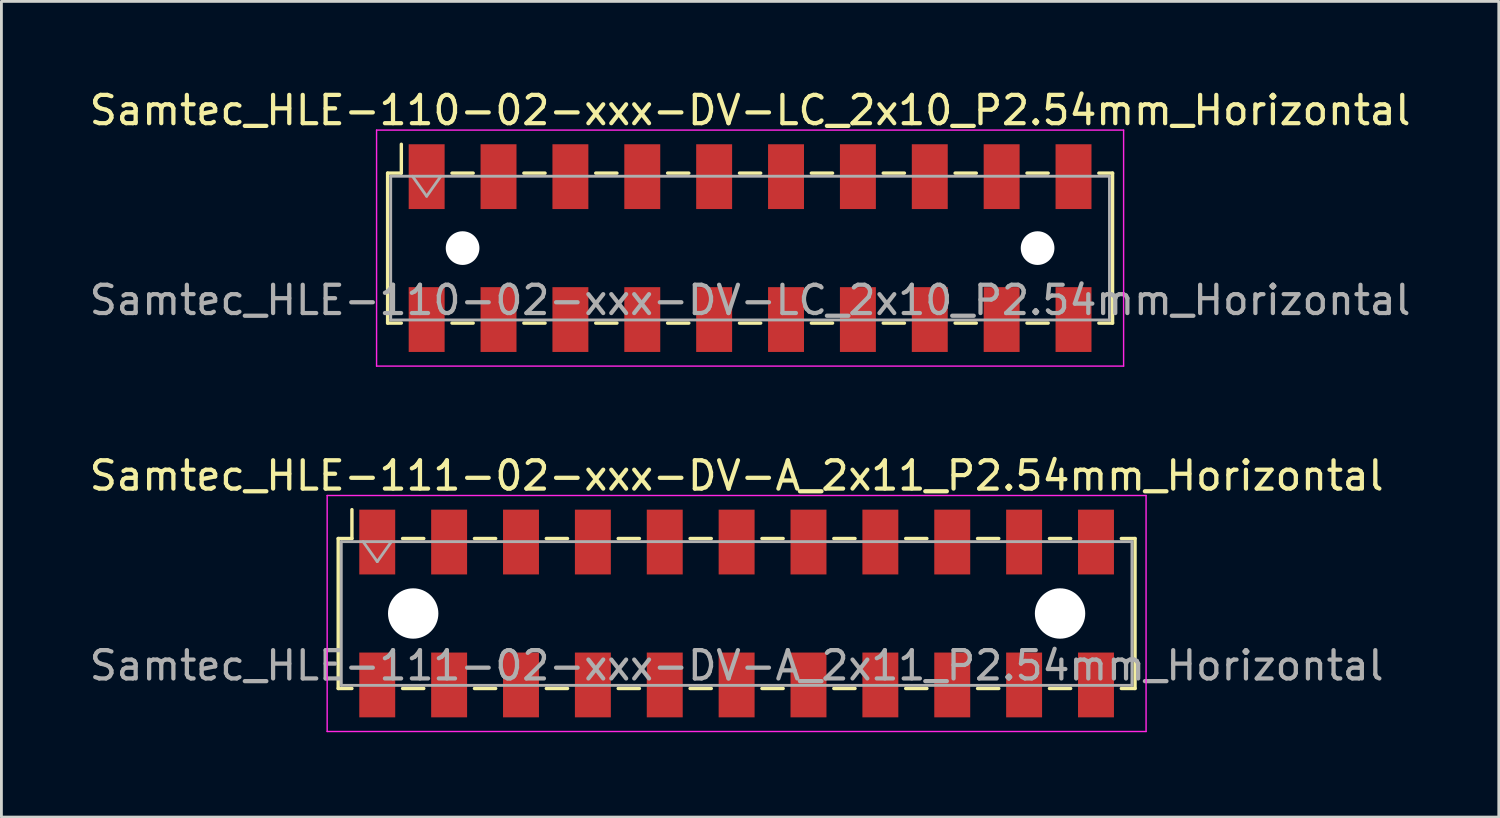
<source format=kicad_pcb>
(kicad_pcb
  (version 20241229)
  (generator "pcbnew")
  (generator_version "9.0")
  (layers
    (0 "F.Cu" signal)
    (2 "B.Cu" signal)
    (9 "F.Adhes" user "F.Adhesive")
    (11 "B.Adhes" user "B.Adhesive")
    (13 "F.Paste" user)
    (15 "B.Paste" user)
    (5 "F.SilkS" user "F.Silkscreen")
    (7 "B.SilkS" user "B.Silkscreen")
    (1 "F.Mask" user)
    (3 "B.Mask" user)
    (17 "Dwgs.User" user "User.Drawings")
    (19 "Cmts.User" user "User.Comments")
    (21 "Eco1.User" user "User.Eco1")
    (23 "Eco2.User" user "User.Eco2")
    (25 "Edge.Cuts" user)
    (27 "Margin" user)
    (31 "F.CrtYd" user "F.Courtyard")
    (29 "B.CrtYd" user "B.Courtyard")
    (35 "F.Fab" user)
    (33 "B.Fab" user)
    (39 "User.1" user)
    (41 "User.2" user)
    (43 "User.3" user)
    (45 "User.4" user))
  (footprint "Samtec_HLE-111-02-xxx-DV-A_2x11_P2.54mm_Horizontal"
    (layer "F.Cu")
    (at 22.982 18.631)
    (property "Reference" "Samtec_HLE-111-02-xxx-DV-A_2x11_P2.54mm_Horizontal" (at 0 -4.87 0) (layer "F.SilkS") (effects (font (size 1 1) (thickness 0.15))))
    (attr smd)
    (fp_line (start -14.08 -2.65) (end -14.08 2.65) (stroke (width 0.12) (type solid)) (layer "F.SilkS"))
    (fp_line (start -14.08 2.65) (end -13.595 2.65) (stroke (width 0.12) (type solid)) (layer "F.SilkS"))
    (fp_line (start -13.595 -3.67) (end -13.595 -2.65) (stroke (width 0.12) (type solid)) (layer "F.SilkS"))
    (fp_line (start -13.595 -2.65) (end -14.08 -2.65) (stroke (width 0.12) (type solid)) (layer "F.SilkS"))
    (fp_line (start -11.805 -2.65) (end -11.055 -2.65) (stroke (width 0.12) (type solid)) (layer "F.SilkS"))
    (fp_line (start -11.805 2.65) (end -11.055 2.65) (stroke (width 0.12) (type solid)) (layer "F.SilkS"))
    (fp_line (start -9.265 -2.65) (end -8.515 -2.65) (stroke (width 0.12) (type solid)) (layer "F.SilkS"))
    (fp_line (start -9.265 2.65) (end -8.515 2.65) (stroke (width 0.12) (type solid)) (layer "F.SilkS"))
    (fp_line (start -6.725 -2.65) (end -5.975 -2.65) (stroke (width 0.12) (type solid)) (layer "F.SilkS"))
    (fp_line (start -6.725 2.65) (end -5.975 2.65) (stroke (width 0.12) (type solid)) (layer "F.SilkS"))
    (fp_line (start -4.185 -2.65) (end -3.435 -2.65) (stroke (width 0.12) (type solid)) (layer "F.SilkS"))
    (fp_line (start -4.185 2.65) (end -3.435 2.65) (stroke (width 0.12) (type solid)) (layer "F.SilkS"))
    (fp_line (start -1.645 -2.65) (end -0.895 -2.65) (stroke (width 0.12) (type solid)) (layer "F.SilkS"))
    (fp_line (start -1.645 2.65) (end -0.895 2.65) (stroke (width 0.12) (type solid)) (layer "F.SilkS"))
    (fp_line (start 0.895 -2.65) (end 1.645 -2.65) (stroke (width 0.12) (type solid)) (layer "F.SilkS"))
    (fp_line (start 0.895 2.65) (end 1.645 2.65) (stroke (width 0.12) (type solid)) (layer "F.SilkS"))
    (fp_line (start 3.435 -2.65) (end 4.185 -2.65) (stroke (width 0.12) (type solid)) (layer "F.SilkS"))
    (fp_line (start 3.435 2.65) (end 4.185 2.65) (stroke (width 0.12) (type solid)) (layer "F.SilkS"))
    (fp_line (start 5.975 -2.65) (end 6.725 -2.65) (stroke (width 0.12) (type solid)) (layer "F.SilkS"))
    (fp_line (start 5.975 2.65) (end 6.725 2.65) (stroke (width 0.12) (type solid)) (layer "F.SilkS"))
    (fp_line (start 8.515 -2.65) (end 9.265 -2.65) (stroke (width 0.12) (type solid)) (layer "F.SilkS"))
    (fp_line (start 8.515 2.65) (end 9.265 2.65) (stroke (width 0.12) (type solid)) (layer "F.SilkS"))
    (fp_line (start 11.055 -2.65) (end 11.805 -2.65) (stroke (width 0.12) (type solid)) (layer "F.SilkS"))
    (fp_line (start 11.055 2.65) (end 11.805 2.65) (stroke (width 0.12) (type solid)) (layer "F.SilkS"))
    (fp_line (start 13.595 -2.65) (end 14.08 -2.65) (stroke (width 0.12) (type solid)) (layer "F.SilkS"))
    (fp_line (start 14.08 -2.65) (end 14.08 2.65) (stroke (width 0.12) (type solid)) (layer "F.SilkS"))
    (fp_line (start 14.08 2.65) (end 13.595 2.65) (stroke (width 0.12) (type solid)) (layer "F.SilkS"))
    (fp_line (start -14.47 -4.17) (end 14.47 -4.17) (stroke (width 0.05) (type solid)) (layer "F.CrtYd"))
    (fp_line (start -14.47 4.17) (end -14.47 -4.17) (stroke (width 0.05) (type solid)) (layer "F.CrtYd"))
    (fp_line (start 14.47 -4.17) (end 14.47 4.17) (stroke (width 0.05) (type solid)) (layer "F.CrtYd"))
    (fp_line (start 14.47 4.17) (end -14.47 4.17) (stroke (width 0.05) (type solid)) (layer "F.CrtYd"))
    (fp_line (start -13.97 -2.54) (end 13.97 -2.54) (stroke (width 0.1) (type solid)) (layer "F.Fab"))
    (fp_line (start -13.97 2.54) (end -13.97 -2.54) (stroke (width 0.1) (type solid)) (layer "F.Fab"))
    (fp_line (start -13.2 -2.54) (end -12.7 -1.833) (stroke (width 0.1) (type solid)) (layer "F.Fab"))
    (fp_line (start -12.7 -1.833) (end -12.2 -2.54) (stroke (width 0.1) (type solid)) (layer "F.Fab"))
    (fp_line (start 13.97 -2.54) (end 13.97 2.54) (stroke (width 0.1) (type solid)) (layer "F.Fab"))
    (fp_line (start 13.97 2.54) (end -13.97 2.54) (stroke (width 0.1) (type solid)) (layer "F.Fab"))
    (fp_text user "${REFERENCE}" (at 0 1.84 0) (layer "F.Fab") (effects (font (size 1 1) (thickness 0.15))))
    (pad "" np_thru_hole circle (at -11.43 0) (size 1.78 1.78) (drill 1.78) (layers "*.Cu" "*.Mask"))
    (pad "" np_thru_hole circle (at 11.43 0) (size 1.78 1.78) (drill 1.78) (layers "*.Cu" "*.Mask"))
    (pad "1" smd rect (at -12.7 -2.525) (size 1.27 2.29) (layers "F.Cu" "F.Mask" "F.Paste"))
    (pad "2" smd rect (at -12.7 2.525) (size 1.27 2.29) (layers "F.Cu" "F.Mask" "F.Paste"))
    (pad "3" smd rect (at -10.16 -2.525) (size 1.27 2.29) (layers "F.Cu" "F.Mask" "F.Paste"))
    (pad "4" smd rect (at -10.16 2.525) (size 1.27 2.29) (layers "F.Cu" "F.Mask" "F.Paste"))
    (pad "5" smd rect (at -7.62 -2.525) (size 1.27 2.29) (layers "F.Cu" "F.Mask" "F.Paste"))
    (pad "6" smd rect (at -7.62 2.525) (size 1.27 2.29) (layers "F.Cu" "F.Mask" "F.Paste"))
    (pad "7" smd rect (at -5.08 -2.525) (size 1.27 2.29) (layers "F.Cu" "F.Mask" "F.Paste"))
    (pad "8" smd rect (at -5.08 2.525) (size 1.27 2.29) (layers "F.Cu" "F.Mask" "F.Paste"))
    (pad "9" smd rect (at -2.54 -2.525) (size 1.27 2.29) (layers "F.Cu" "F.Mask" "F.Paste"))
    (pad "10" smd rect (at -2.54 2.525) (size 1.27 2.29) (layers "F.Cu" "F.Mask" "F.Paste"))
    (pad "11" smd rect (at 0 -2.525) (size 1.27 2.29) (layers "F.Cu" "F.Mask" "F.Paste"))
    (pad "12" smd rect (at 0 2.525) (size 1.27 2.29) (layers "F.Cu" "F.Mask" "F.Paste"))
    (pad "13" smd rect (at 2.54 -2.525) (size 1.27 2.29) (layers "F.Cu" "F.Mask" "F.Paste"))
    (pad "14" smd rect (at 2.54 2.525) (size 1.27 2.29) (layers "F.Cu" "F.Mask" "F.Paste"))
    (pad "15" smd rect (at 5.08 -2.525) (size 1.27 2.29) (layers "F.Cu" "F.Mask" "F.Paste"))
    (pad "16" smd rect (at 5.08 2.525) (size 1.27 2.29) (layers "F.Cu" "F.Mask" "F.Paste"))
    (pad "17" smd rect (at 7.62 -2.525) (size 1.27 2.29) (layers "F.Cu" "F.Mask" "F.Paste"))
    (pad "18" smd rect (at 7.62 2.525) (size 1.27 2.29) (layers "F.Cu" "F.Mask" "F.Paste"))
    (pad "19" smd rect (at 10.16 -2.525) (size 1.27 2.29) (layers "F.Cu" "F.Mask" "F.Paste"))
    (pad "20" smd rect (at 10.16 2.525) (size 1.27 2.29) (layers "F.Cu" "F.Mask" "F.Paste"))
    (pad "21" smd rect (at 12.7 -2.525) (size 1.27 2.29) (layers "F.Cu" "F.Mask" "F.Paste"))
    (pad "22" smd rect (at 12.7 2.525) (size 1.27 2.29) (layers "F.Cu" "F.Mask" "F.Paste")))
  (footprint "Samtec_HLE-110-02-xxx-DV-LC_2x10_P2.54mm_Horizontal"
    (layer "F.Cu")
    (at 23.458 5.718)
    (property "Reference" "Samtec_HLE-110-02-xxx-DV-LC_2x10_P2.54mm_Horizontal" (at 0 -4.87 0) (layer "F.SilkS") (effects (font (size 1 1) (thickness 0.15))))
    (attr smd)
    (fp_line (start -12.81 -2.65) (end -12.81 2.65) (stroke (width 0.12) (type solid)) (layer "F.SilkS"))
    (fp_line (start -12.81 2.65) (end -12.325 2.65) (stroke (width 0.12) (type solid)) (layer "F.SilkS"))
    (fp_line (start -12.325 -3.67) (end -12.325 -2.65) (stroke (width 0.12) (type solid)) (layer "F.SilkS"))
    (fp_line (start -12.325 -2.65) (end -12.81 -2.65) (stroke (width 0.12) (type solid)) (layer "F.SilkS"))
    (fp_line (start -10.535 -2.65) (end -9.785 -2.65) (stroke (width 0.12) (type solid)) (layer "F.SilkS"))
    (fp_line (start -10.535 2.65) (end -9.785 2.65) (stroke (width 0.12) (type solid)) (layer "F.SilkS"))
    (fp_line (start -7.995 -2.65) (end -7.245 -2.65) (stroke (width 0.12) (type solid)) (layer "F.SilkS"))
    (fp_line (start -7.995 2.65) (end -7.245 2.65) (stroke (width 0.12) (type solid)) (layer "F.SilkS"))
    (fp_line (start -5.455 -2.65) (end -4.705 -2.65) (stroke (width 0.12) (type solid)) (layer "F.SilkS"))
    (fp_line (start -5.455 2.65) (end -4.705 2.65) (stroke (width 0.12) (type solid)) (layer "F.SilkS"))
    (fp_line (start -2.915 -2.65) (end -2.165 -2.65) (stroke (width 0.12) (type solid)) (layer "F.SilkS"))
    (fp_line (start -2.915 2.65) (end -2.165 2.65) (stroke (width 0.12) (type solid)) (layer "F.SilkS"))
    (fp_line (start -0.375 -2.65) (end 0.375 -2.65) (stroke (width 0.12) (type solid)) (layer "F.SilkS"))
    (fp_line (start -0.375 2.65) (end 0.375 2.65) (stroke (width 0.12) (type solid)) (layer "F.SilkS"))
    (fp_line (start 2.165 -2.65) (end 2.915 -2.65) (stroke (width 0.12) (type solid)) (layer "F.SilkS"))
    (fp_line (start 2.165 2.65) (end 2.915 2.65) (stroke (width 0.12) (type solid)) (layer "F.SilkS"))
    (fp_line (start 4.705 -2.65) (end 5.455 -2.65) (stroke (width 0.12) (type solid)) (layer "F.SilkS"))
    (fp_line (start 4.705 2.65) (end 5.455 2.65) (stroke (width 0.12) (type solid)) (layer "F.SilkS"))
    (fp_line (start 7.245 -2.65) (end 7.995 -2.65) (stroke (width 0.12) (type solid)) (layer "F.SilkS"))
    (fp_line (start 7.245 2.65) (end 7.995 2.65) (stroke (width 0.12) (type solid)) (layer "F.SilkS"))
    (fp_line (start 9.785 -2.65) (end 10.535 -2.65) (stroke (width 0.12) (type solid)) (layer "F.SilkS"))
    (fp_line (start 9.785 2.65) (end 10.535 2.65) (stroke (width 0.12) (type solid)) (layer "F.SilkS"))
    (fp_line (start 12.325 -2.65) (end 12.81 -2.65) (stroke (width 0.12) (type solid)) (layer "F.SilkS"))
    (fp_line (start 12.81 -2.65) (end 12.81 2.65) (stroke (width 0.12) (type solid)) (layer "F.SilkS"))
    (fp_line (start 12.81 2.65) (end 12.325 2.65) (stroke (width 0.12) (type solid)) (layer "F.SilkS"))
    (fp_line (start -13.2 -4.17) (end 13.2 -4.17) (stroke (width 0.05) (type solid)) (layer "F.CrtYd"))
    (fp_line (start -13.2 4.17) (end -13.2 -4.17) (stroke (width 0.05) (type solid)) (layer "F.CrtYd"))
    (fp_line (start 13.2 -4.17) (end 13.2 4.17) (stroke (width 0.05) (type solid)) (layer "F.CrtYd"))
    (fp_line (start 13.2 4.17) (end -13.2 4.17) (stroke (width 0.05) (type solid)) (layer "F.CrtYd"))
    (fp_line (start -12.7 -2.54) (end 12.7 -2.54) (stroke (width 0.1) (type solid)) (layer "F.Fab"))
    (fp_line (start -12.7 2.54) (end -12.7 -2.54) (stroke (width 0.1) (type solid)) (layer "F.Fab"))
    (fp_line (start -11.93 -2.54) (end -11.43 -1.833) (stroke (width 0.1) (type solid)) (layer "F.Fab"))
    (fp_line (start -11.43 -1.833) (end -10.93 -2.54) (stroke (width 0.1) (type solid)) (layer "F.Fab"))
    (fp_line (start 12.7 -2.54) (end 12.7 2.54) (stroke (width 0.1) (type solid)) (layer "F.Fab"))
    (fp_line (start 12.7 2.54) (end -12.7 2.54) (stroke (width 0.1) (type solid)) (layer "F.Fab"))
    (fp_text user "${REFERENCE}" (at 0 1.84 0) (layer "F.Fab") (effects (font (size 1 1) (thickness 0.15))))
    (pad "" np_thru_hole circle (at -10.16 0) (size 1.19 1.19) (drill 1.19) (layers "*.Cu" "*.Mask"))
    (pad "" np_thru_hole circle (at 10.16 0) (size 1.19 1.19) (drill 1.19) (layers "*.Cu" "*.Mask"))
    (pad "1" smd rect (at -11.43 -2.525) (size 1.27 2.29) (layers "F.Cu" "F.Mask" "F.Paste"))
    (pad "2" smd rect (at -11.43 2.525) (size 1.27 2.29) (layers "F.Cu" "F.Mask" "F.Paste"))
    (pad "3" smd rect (at -8.89 -2.525) (size 1.27 2.29) (layers "F.Cu" "F.Mask" "F.Paste"))
    (pad "4" smd rect (at -8.89 2.525) (size 1.27 2.29) (layers "F.Cu" "F.Mask" "F.Paste"))
    (pad "5" smd rect (at -6.35 -2.525) (size 1.27 2.29) (layers "F.Cu" "F.Mask" "F.Paste"))
    (pad "6" smd rect (at -6.35 2.525) (size 1.27 2.29) (layers "F.Cu" "F.Mask" "F.Paste"))
    (pad "7" smd rect (at -3.81 -2.525) (size 1.27 2.29) (layers "F.Cu" "F.Mask" "F.Paste"))
    (pad "8" smd rect (at -3.81 2.525) (size 1.27 2.29) (layers "F.Cu" "F.Mask" "F.Paste"))
    (pad "9" smd rect (at -1.27 -2.525) (size 1.27 2.29) (layers "F.Cu" "F.Mask" "F.Paste"))
    (pad "10" smd rect (at -1.27 2.525) (size 1.27 2.29) (layers "F.Cu" "F.Mask" "F.Paste"))
    (pad "11" smd rect (at 1.27 -2.525) (size 1.27 2.29) (layers "F.Cu" "F.Mask" "F.Paste"))
    (pad "12" smd rect (at 1.27 2.525) (size 1.27 2.29) (layers "F.Cu" "F.Mask" "F.Paste"))
    (pad "13" smd rect (at 3.81 -2.525) (size 1.27 2.29) (layers "F.Cu" "F.Mask" "F.Paste"))
    (pad "14" smd rect (at 3.81 2.525) (size 1.27 2.29) (layers "F.Cu" "F.Mask" "F.Paste"))
    (pad "15" smd rect (at 6.35 -2.525) (size 1.27 2.29) (layers "F.Cu" "F.Mask" "F.Paste"))
    (pad "16" smd rect (at 6.35 2.525) (size 1.27 2.29) (layers "F.Cu" "F.Mask" "F.Paste"))
    (pad "17" smd rect (at 8.89 -2.525) (size 1.27 2.29) (layers "F.Cu" "F.Mask" "F.Paste"))
    (pad "18" smd rect (at 8.89 2.525) (size 1.27 2.29) (layers "F.Cu" "F.Mask" "F.Paste"))
    (pad "19" smd rect (at 11.43 -2.525) (size 1.27 2.29) (layers "F.Cu" "F.Mask" "F.Paste"))
    (pad "20" smd rect (at 11.43 2.525) (size 1.27 2.29) (layers "F.Cu" "F.Mask" "F.Paste")))
  (gr_rect
    (start -3 -3)
    (end 49.917 25.826)
    (stroke (width 0.1) (type default))
    (fill no)
    (layer "Edge.Cuts")))
</source>
